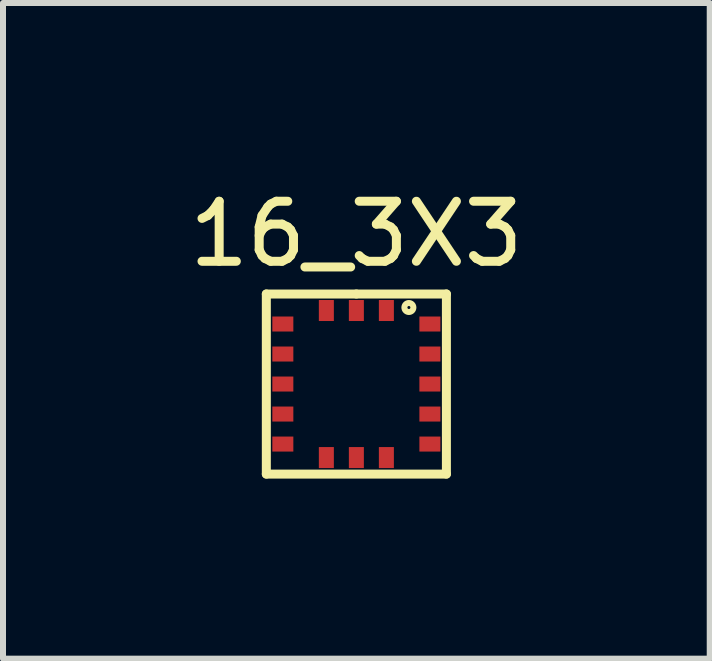
<source format=kicad_pcb>
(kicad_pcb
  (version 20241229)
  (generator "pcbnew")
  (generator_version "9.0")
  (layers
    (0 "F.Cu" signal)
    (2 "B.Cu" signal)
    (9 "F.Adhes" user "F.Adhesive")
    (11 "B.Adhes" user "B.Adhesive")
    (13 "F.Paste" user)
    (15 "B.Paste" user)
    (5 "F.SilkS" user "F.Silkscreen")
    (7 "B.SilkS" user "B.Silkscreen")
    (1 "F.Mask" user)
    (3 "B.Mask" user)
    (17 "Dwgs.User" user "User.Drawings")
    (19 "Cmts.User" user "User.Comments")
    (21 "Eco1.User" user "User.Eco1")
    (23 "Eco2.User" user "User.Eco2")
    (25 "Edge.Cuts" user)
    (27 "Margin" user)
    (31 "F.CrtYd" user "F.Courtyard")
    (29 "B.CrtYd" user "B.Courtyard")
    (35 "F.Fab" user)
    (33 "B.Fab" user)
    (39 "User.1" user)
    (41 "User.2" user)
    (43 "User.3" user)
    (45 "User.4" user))
  (footprint "16_3X3"
    (layer "F.Cu")
    (at 2.887 3.348)
    (property "Reference" "16_3X3" (at 0 -2.5 0) (layer "F.SilkS") (effects (font (size 1 1) (thickness 0.15))))
    (attr through_hole)
    (fp_line (start -1.5 -1.5) (end -1.5 1.5) (stroke (width 0.15) (type solid)) (layer "F.SilkS"))
    (fp_line (start -1.5 1.5) (end 1.5 1.5) (stroke (width 0.15) (type solid)) (layer "F.SilkS"))
    (fp_line (start 0 -1.5) (end -1.5 -1.5) (stroke (width 0.15) (type solid)) (layer "F.SilkS"))
    (fp_line (start 1.5 -1.5) (end 0 -1.5) (stroke (width 0.15) (type solid)) (layer "F.SilkS"))
    (fp_line (start 1.5 1.5) (end 1.5 -1.5) (stroke (width 0.15) (type solid)) (layer "F.SilkS"))
    (fp_circle (center 0.875 -1.275) (end 0.875 -1.25) (stroke (width 0.1) (type solid)) (fill no) (layer "F.SilkS"))
    (pad "1" smd rect (at 1.225 -1) (size 0.35 0.25) (layers "F.Cu" "F.Mask" "F.Paste"))
    (pad "2" smd rect (at 1.225 -0.5) (size 0.35 0.25) (layers "F.Cu" "F.Mask" "F.Paste"))
    (pad "3" smd rect (at 1.225 0) (size 0.35 0.25) (layers "F.Cu" "F.Mask" "F.Paste"))
    (pad "4" smd rect (at 1.225 0.5) (size 0.35 0.25) (layers "F.Cu" "F.Mask" "F.Paste"))
    (pad "5" smd rect (at 1.225 1) (size 0.35 0.25) (layers "F.Cu" "F.Mask" "F.Paste"))
    (pad "6" smd rect (at 0.5 1.225) (size 0.25 0.35) (layers "F.Cu" "F.Mask" "F.Paste"))
    (pad "7" smd rect (at 0 1.225) (size 0.25 0.35) (layers "F.Cu" "F.Mask" "F.Paste"))
    (pad "8" smd rect (at -0.5 1.225) (size 0.25 0.35) (layers "F.Cu" "F.Mask" "F.Paste"))
    (pad "9" smd rect (at -1.225 1) (size 0.35 0.25) (layers "F.Cu" "F.Mask" "F.Paste"))
    (pad "10" smd rect (at -1.225 0.5) (size 0.35 0.25) (layers "F.Cu" "F.Mask" "F.Paste"))
    (pad "11" smd rect (at -1.225 0) (size 0.35 0.25) (layers "F.Cu" "F.Mask" "F.Paste"))
    (pad "12" smd rect (at -1.225 -0.5) (size 0.35 0.25) (layers "F.Cu" "F.Mask" "F.Paste"))
    (pad "13" smd rect (at -1.225 -1) (size 0.35 0.25) (layers "F.Cu" "F.Mask" "F.Paste"))
    (pad "14" smd rect (at -0.5 -1.225) (size 0.25 0.35) (layers "F.Cu" "F.Mask" "F.Paste"))
    (pad "15" smd rect (at 0 -1.225) (size 0.25 0.35) (layers "F.Cu" "F.Mask" "F.Paste"))
    (pad "16" smd rect (at 0.5 -1.225) (size 0.25 0.35) (layers "F.Cu" "F.Mask" "F.Paste")))
  (gr_rect
    (start -3 -3)
    (end 8.774 7.923)
    (stroke (width 0.1) (type default))
    (fill no)
    (layer "Edge.Cuts")))
</source>
